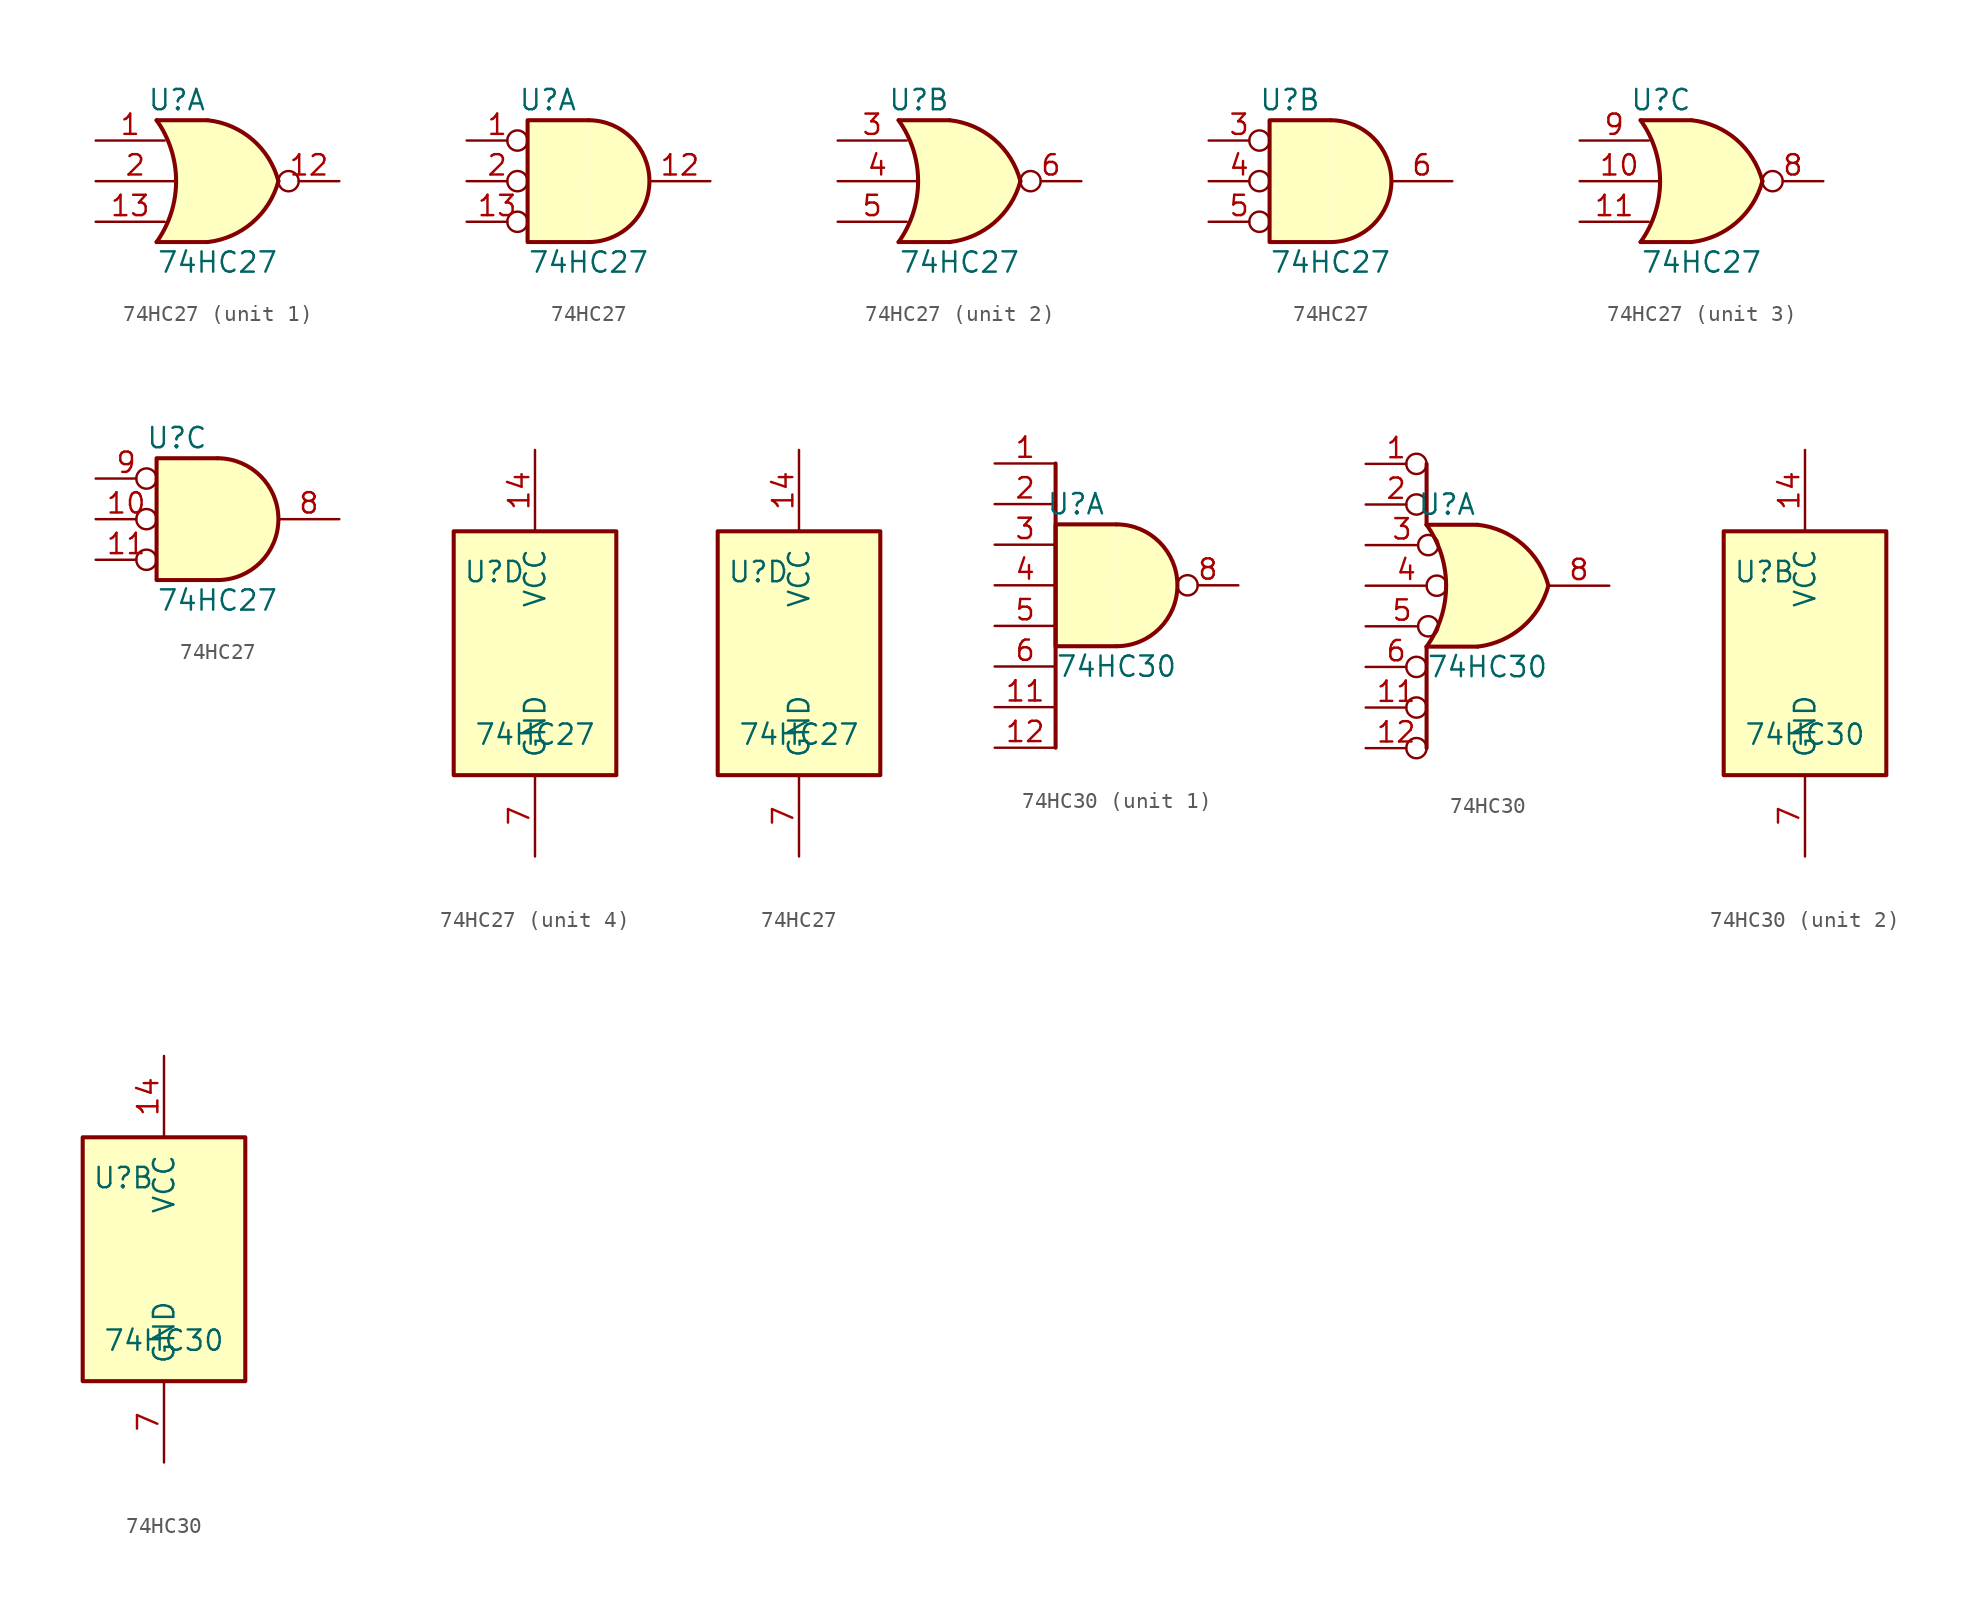
<source format=kicad_sym>
(kicad_symbol_lib
  (version 20241209)
  (generator "kicad_symbol_editor")
  (generator_version "9.0")
  (symbol "74HC27"
    (pin_names
      (offset 1.016))
    (property "Reference" "U"
      (at -2.54 5.08 0)
      (effects (font (size 1.27 1.27))))
    (property "Value" "74HC27"
      (at 0 -5.08 0)
      (effects (font (size 1.27 1.27))))
    (property "ki_locked" ""
      (at 0 0 0)
      (effects (font (size 1.27 1.27))))
    (symbol "74HC27_1_1"
      (arc (start -3.81 3.81) (mid -2.589 0) (end -3.81 -3.81) (stroke (width 0.254) (type default)) (fill (type none)))
      (polyline (pts (xy -3.81 3.81) (xy -0.635 3.81)) (stroke (width 0.254) (type default)) (fill (type background)))
      (polyline (pts (xy -3.81 -3.81) (xy -0.635 -3.81)) (stroke (width 0.254) (type default)) (fill (type background)))
      (arc (start 3.81 0) (mid 2.1855 -2.584) (end -0.6096 -3.81) (stroke (width 0.254) (type default)) (fill (type background)))
      (arc (start -0.6096 3.81) (mid 2.1928 2.5924) (end 3.81 0) (stroke (width 0.254) (type default)) (fill (type background)))
      (polyline (pts (xy -0.635 3.81) (xy -3.81 3.81) (xy -3.81 3.81) (xy -3.556 3.404) (xy -3.023 2.261) (xy -2.692 1.041) (xy -2.616 -0.254) (xy -2.769 -1.499) (xy -3.175 -2.718) (xy -3.81 -3.81) (xy -3.81 -3.81) (xy -0.635 -3.81)) (stroke (width -25.4) (type default)) (fill (type background)))
      (pin input line (at -7.62 2.54 0) (length 4.318) (name "~" (effects (font (size 1.27 1.27)))) (number "1" (effects (font (size 1.27 1.27)))))
      (pin input line (at -7.62 0 0) (length 4.953) (name "~" (effects (font (size 1.27 1.27)))) (number "2" (effects (font (size 1.27 1.27)))))
      (pin input line (at -7.62 -2.54 0) (length 4.318) (name "~" (effects (font (size 1.27 1.27)))) (number "13" (effects (font (size 1.27 1.27)))))
      (pin output inverted (at 7.62 0 180) (length 3.81) (name "~" (effects (font (size 1.27 1.27)))) (number "12" (effects (font (size 1.27 1.27))))))
    (symbol "74HC27_1_2"
      (arc (start 0 3.81) (mid 3.7934 0) (end 0 -3.81) (stroke (width 0.254) (type default)) (fill (type background)))
      (polyline (pts (xy 0 3.81) (xy -3.81 3.81) (xy -3.81 -3.81) (xy 0 -3.81)) (stroke (width 0.254) (type default)) (fill (type background)))
      (pin input inverted (at -7.62 2.54 0) (length 3.81) (name "~" (effects (font (size 1.27 1.27)))) (number "1" (effects (font (size 1.27 1.27)))))
      (pin input inverted (at -7.62 0 0) (length 3.81) (name "~" (effects (font (size 1.27 1.27)))) (number "2" (effects (font (size 1.27 1.27)))))
      (pin input inverted (at -7.62 -2.54 0) (length 3.81) (name "~" (effects (font (size 1.27 1.27)))) (number "13" (effects (font (size 1.27 1.27)))))
      (pin output line (at 7.62 0 180) (length 3.81) (name "~" (effects (font (size 1.27 1.27)))) (number "12" (effects (font (size 1.27 1.27))))))
    (symbol "74HC27_2_1"
      (arc (start -3.81 3.81) (mid -2.589 0) (end -3.81 -3.81) (stroke (width 0.254) (type default)) (fill (type none)))
      (polyline (pts (xy -3.81 3.81) (xy -0.635 3.81)) (stroke (width 0.254) (type default)) (fill (type background)))
      (polyline (pts (xy -3.81 -3.81) (xy -0.635 -3.81)) (stroke (width 0.254) (type default)) (fill (type background)))
      (arc (start 3.81 0) (mid 2.1855 -2.584) (end -0.6096 -3.81) (stroke (width 0.254) (type default)) (fill (type background)))
      (arc (start -0.6096 3.81) (mid 2.1928 2.5924) (end 3.81 0) (stroke (width 0.254) (type default)) (fill (type background)))
      (polyline (pts (xy -0.635 3.81) (xy -3.81 3.81) (xy -3.81 3.81) (xy -3.556 3.404) (xy -3.023 2.261) (xy -2.692 1.041) (xy -2.616 -0.254) (xy -2.769 -1.499) (xy -3.175 -2.718) (xy -3.81 -3.81) (xy -3.81 -3.81) (xy -0.635 -3.81)) (stroke (width -25.4) (type default)) (fill (type background)))
      (pin input line (at -7.62 2.54 0) (length 4.318) (name "~" (effects (font (size 1.27 1.27)))) (number "3" (effects (font (size 1.27 1.27)))))
      (pin input line (at -7.62 0 0) (length 4.953) (name "~" (effects (font (size 1.27 1.27)))) (number "4" (effects (font (size 1.27 1.27)))))
      (pin input line (at -7.62 -2.54 0) (length 4.318) (name "~" (effects (font (size 1.27 1.27)))) (number "5" (effects (font (size 1.27 1.27)))))
      (pin output inverted (at 7.62 0 180) (length 3.81) (name "~" (effects (font (size 1.27 1.27)))) (number "6" (effects (font (size 1.27 1.27))))))
    (symbol "74HC27_2_2"
      (arc (start 0 3.81) (mid 3.7934 0) (end 0 -3.81) (stroke (width 0.254) (type default)) (fill (type background)))
      (polyline (pts (xy 0 3.81) (xy -3.81 3.81) (xy -3.81 -3.81) (xy 0 -3.81)) (stroke (width 0.254) (type default)) (fill (type background)))
      (pin input inverted (at -7.62 2.54 0) (length 3.81) (name "~" (effects (font (size 1.27 1.27)))) (number "3" (effects (font (size 1.27 1.27)))))
      (pin input inverted (at -7.62 0 0) (length 3.81) (name "~" (effects (font (size 1.27 1.27)))) (number "4" (effects (font (size 1.27 1.27)))))
      (pin input inverted (at -7.62 -2.54 0) (length 3.81) (name "~" (effects (font (size 1.27 1.27)))) (number "5" (effects (font (size 1.27 1.27)))))
      (pin output line (at 7.62 0 180) (length 3.81) (name "~" (effects (font (size 1.27 1.27)))) (number "6" (effects (font (size 1.27 1.27))))))
    (symbol "74HC27_3_1"
      (arc (start -3.81 3.81) (mid -2.589 0) (end -3.81 -3.81) (stroke (width 0.254) (type default)) (fill (type none)))
      (polyline (pts (xy -3.81 3.81) (xy -0.635 3.81)) (stroke (width 0.254) (type default)) (fill (type background)))
      (polyline (pts (xy -3.81 -3.81) (xy -0.635 -3.81)) (stroke (width 0.254) (type default)) (fill (type background)))
      (arc (start 3.81 0) (mid 2.1855 -2.584) (end -0.6096 -3.81) (stroke (width 0.254) (type default)) (fill (type background)))
      (arc (start -0.6096 3.81) (mid 2.1928 2.5924) (end 3.81 0) (stroke (width 0.254) (type default)) (fill (type background)))
      (polyline (pts (xy -0.635 3.81) (xy -3.81 3.81) (xy -3.81 3.81) (xy -3.556 3.404) (xy -3.023 2.261) (xy -2.692 1.041) (xy -2.616 -0.254) (xy -2.769 -1.499) (xy -3.175 -2.718) (xy -3.81 -3.81) (xy -3.81 -3.81) (xy -0.635 -3.81)) (stroke (width -25.4) (type default)) (fill (type background)))
      (pin input line (at -7.62 2.54 0) (length 4.318) (name "~" (effects (font (size 1.27 1.27)))) (number "9" (effects (font (size 1.27 1.27)))))
      (pin input line (at -7.62 0 0) (length 4.953) (name "~" (effects (font (size 1.27 1.27)))) (number "10" (effects (font (size 1.27 1.27)))))
      (pin input line (at -7.62 -2.54 0) (length 4.318) (name "~" (effects (font (size 1.27 1.27)))) (number "11" (effects (font (size 1.27 1.27)))))
      (pin output inverted (at 7.62 0 180) (length 3.81) (name "~" (effects (font (size 1.27 1.27)))) (number "8" (effects (font (size 1.27 1.27))))))
    (symbol "74HC27_3_2"
      (arc (start 0 3.81) (mid 3.7934 0) (end 0 -3.81) (stroke (width 0.254) (type default)) (fill (type background)))
      (polyline (pts (xy 0 3.81) (xy -3.81 3.81) (xy -3.81 -3.81) (xy 0 -3.81)) (stroke (width 0.254) (type default)) (fill (type background)))
      (pin input inverted (at -7.62 2.54 0) (length 3.81) (name "~" (effects (font (size 1.27 1.27)))) (number "9" (effects (font (size 1.27 1.27)))))
      (pin input inverted (at -7.62 0 0) (length 3.81) (name "~" (effects (font (size 1.27 1.27)))) (number "10" (effects (font (size 1.27 1.27)))))
      (pin input inverted (at -7.62 -2.54 0) (length 3.81) (name "~" (effects (font (size 1.27 1.27)))) (number "11" (effects (font (size 1.27 1.27)))))
      (pin output line (at 7.62 0 180) (length 3.81) (name "~" (effects (font (size 1.27 1.27)))) (number "8" (effects (font (size 1.27 1.27))))))
    (symbol "74HC27_4_0"
      (pin power_in line (at 0 12.7 270) (length 5.08) (name "VCC" (effects (font (size 1.27 1.27)))) (number "14" (effects (font (size 1.27 1.27)))))
      (pin power_in line (at 0 -12.7 90) (length 5.08) (name "GND" (effects (font (size 1.27 1.27)))) (number "7" (effects (font (size 1.27 1.27))))))
    (symbol "74HC27_4_1"
      (rectangle (start -5.08 7.62) (end 5.08 -7.62) (stroke (width 0.254) (type default)) (fill (type background))))
    (symbol "74HC27_4_2"
      (rectangle (start -5.08 7.62) (end 5.08 -7.62) (stroke (width 0.254) (type default)) (fill (type background)))))
  (symbol "74HC30"
    (pin_names
      (offset 1.016))
    (property "Reference" "U"
      (at -2.54 5.08 0)
      (effects (font (size 1.27 1.27))))
    (property "Value" "74HC30"
      (at 0 -5.08 0)
      (effects (font (size 1.27 1.27))))
    (property "ki_locked" ""
      (at 0 0 0)
      (effects (font (size 1.27 1.27))))
    (symbol "74HC30_1_1"
      (polyline (pts (xy -3.81 7.62) (xy -3.81 -10.16)) (stroke (width 0.254) (type default)) (fill (type none)))
      (arc (start 0 3.81) (mid 3.7934 0) (end 0 -3.81) (stroke (width 0.254) (type default)) (fill (type background)))
      (polyline (pts (xy 0 3.81) (xy -3.81 3.81) (xy -3.81 -3.81) (xy 0 -3.81)) (stroke (width 0.254) (type default)) (fill (type background)))
      (pin input line (at -7.62 7.62 0) (length 3.81) (name "~" (effects (font (size 1.27 1.27)))) (number "1" (effects (font (size 1.27 1.27)))))
      (pin input line (at -7.62 5.08 0) (length 3.81) (name "~" (effects (font (size 1.27 1.27)))) (number "2" (effects (font (size 1.27 1.27)))))
      (pin input line (at -7.62 2.54 0) (length 3.81) (name "~" (effects (font (size 1.27 1.27)))) (number "3" (effects (font (size 1.27 1.27)))))
      (pin input line (at -7.62 0 0) (length 3.81) (name "~" (effects (font (size 1.27 1.27)))) (number "4" (effects (font (size 1.27 1.27)))))
      (pin input line (at -7.62 -2.54 0) (length 3.81) (name "~" (effects (font (size 1.27 1.27)))) (number "5" (effects (font (size 1.27 1.27)))))
      (pin input line (at -7.62 -5.08 0) (length 3.81) (name "~" (effects (font (size 1.27 1.27)))) (number "6" (effects (font (size 1.27 1.27)))))
      (pin input line (at -7.62 -7.62 0) (length 3.81) (name "~" (effects (font (size 1.27 1.27)))) (number "11" (effects (font (size 1.27 1.27)))))
      (pin input line (at -7.62 -10.16 0) (length 3.81) (name "~" (effects (font (size 1.27 1.27)))) (number "12" (effects (font (size 1.27 1.27)))))
      (pin output inverted (at 7.62 0 180) (length 3.81) (name "~" (effects (font (size 1.27 1.27)))) (number "8" (effects (font (size 1.27 1.27))))))
    (symbol "74HC30_1_2"
      (arc (start -3.81 3.81) (mid -2.589 0) (end -3.81 -3.81) (stroke (width 0.254) (type default)) (fill (type none)))
      (polyline (pts (xy -3.81 7.62) (xy -3.81 3.81)) (stroke (width 0.254) (type default)) (fill (type none)))
      (polyline (pts (xy -3.81 3.81) (xy -0.635 3.81)) (stroke (width 0.254) (type default)) (fill (type background)))
      (polyline (pts (xy -3.81 -3.81) (xy -3.81 -10.16)) (stroke (width 0.254) (type default)) (fill (type none)))
      (polyline (pts (xy -3.81 -3.81) (xy -0.635 -3.81)) (stroke (width 0.254) (type default)) (fill (type background)))
      (arc (start 3.81 0) (mid 2.1855 -2.584) (end -0.6096 -3.81) (stroke (width 0.254) (type default)) (fill (type background)))
      (arc (start -0.6096 3.81) (mid 2.1928 2.5924) (end 3.81 0) (stroke (width 0.254) (type default)) (fill (type background)))
      (polyline (pts (xy -0.635 3.81) (xy -3.81 3.81) (xy -3.81 3.81) (xy -3.556 3.404) (xy -3.023 2.261) (xy -2.692 1.041) (xy -2.616 -0.254) (xy -2.769 -1.499) (xy -3.175 -2.718) (xy -3.81 -3.81) (xy -3.81 -3.81) (xy -0.635 -3.81)) (stroke (width -25.4) (type default)) (fill (type background)))
      (pin input inverted (at -7.62 7.62 0) (length 3.81) (name "~" (effects (font (size 1.27 1.27)))) (number "1" (effects (font (size 1.27 1.27)))))
      (pin input inverted (at -7.62 5.08 0) (length 3.81) (name "~" (effects (font (size 1.27 1.27)))) (number "2" (effects (font (size 1.27 1.27)))))
      (pin input inverted (at -7.62 2.54 0) (length 4.547) (name "~" (effects (font (size 1.27 1.27)))) (number "3" (effects (font (size 1.27 1.27)))))
      (pin input inverted (at -7.62 0 0) (length 5.08) (name "~" (effects (font (size 1.27 1.27)))) (number "4" (effects (font (size 1.27 1.27)))))
      (pin input inverted (at -7.62 -2.54 0) (length 4.547) (name "~" (effects (font (size 1.27 1.27)))) (number "5" (effects (font (size 1.27 1.27)))))
      (pin input inverted (at -7.62 -5.08 0) (length 3.81) (name "~" (effects (font (size 1.27 1.27)))) (number "6" (effects (font (size 1.27 1.27)))))
      (pin input inverted (at -7.62 -7.62 0) (length 3.81) (name "~" (effects (font (size 1.27 1.27)))) (number "11" (effects (font (size 1.27 1.27)))))
      (pin input inverted (at -7.62 -10.16 0) (length 3.81) (name "~" (effects (font (size 1.27 1.27)))) (number "12" (effects (font (size 1.27 1.27)))))
      (pin output line (at 7.62 0 180) (length 3.81) (name "~" (effects (font (size 1.27 1.27)))) (number "8" (effects (font (size 1.27 1.27))))))
    (symbol "74HC30_2_0"
      (pin power_in line (at 0 12.7 270) (length 5.08) (name "VCC" (effects (font (size 1.27 1.27)))) (number "14" (effects (font (size 1.27 1.27)))))
      (pin power_in line (at 0 -12.7 90) (length 5.08) (name "GND" (effects (font (size 1.27 1.27)))) (number "7" (effects (font (size 1.27 1.27))))))
    (symbol "74HC30_2_1"
      (rectangle (start -5.08 7.62) (end 5.08 -7.62) (stroke (width 0.254) (type default)) (fill (type background))))
    (symbol "74HC30_2_2"
      (rectangle (start -5.08 7.62) (end 5.08 -7.62) (stroke (width 0.254) (type default)) (fill (type background))))))
</source>
